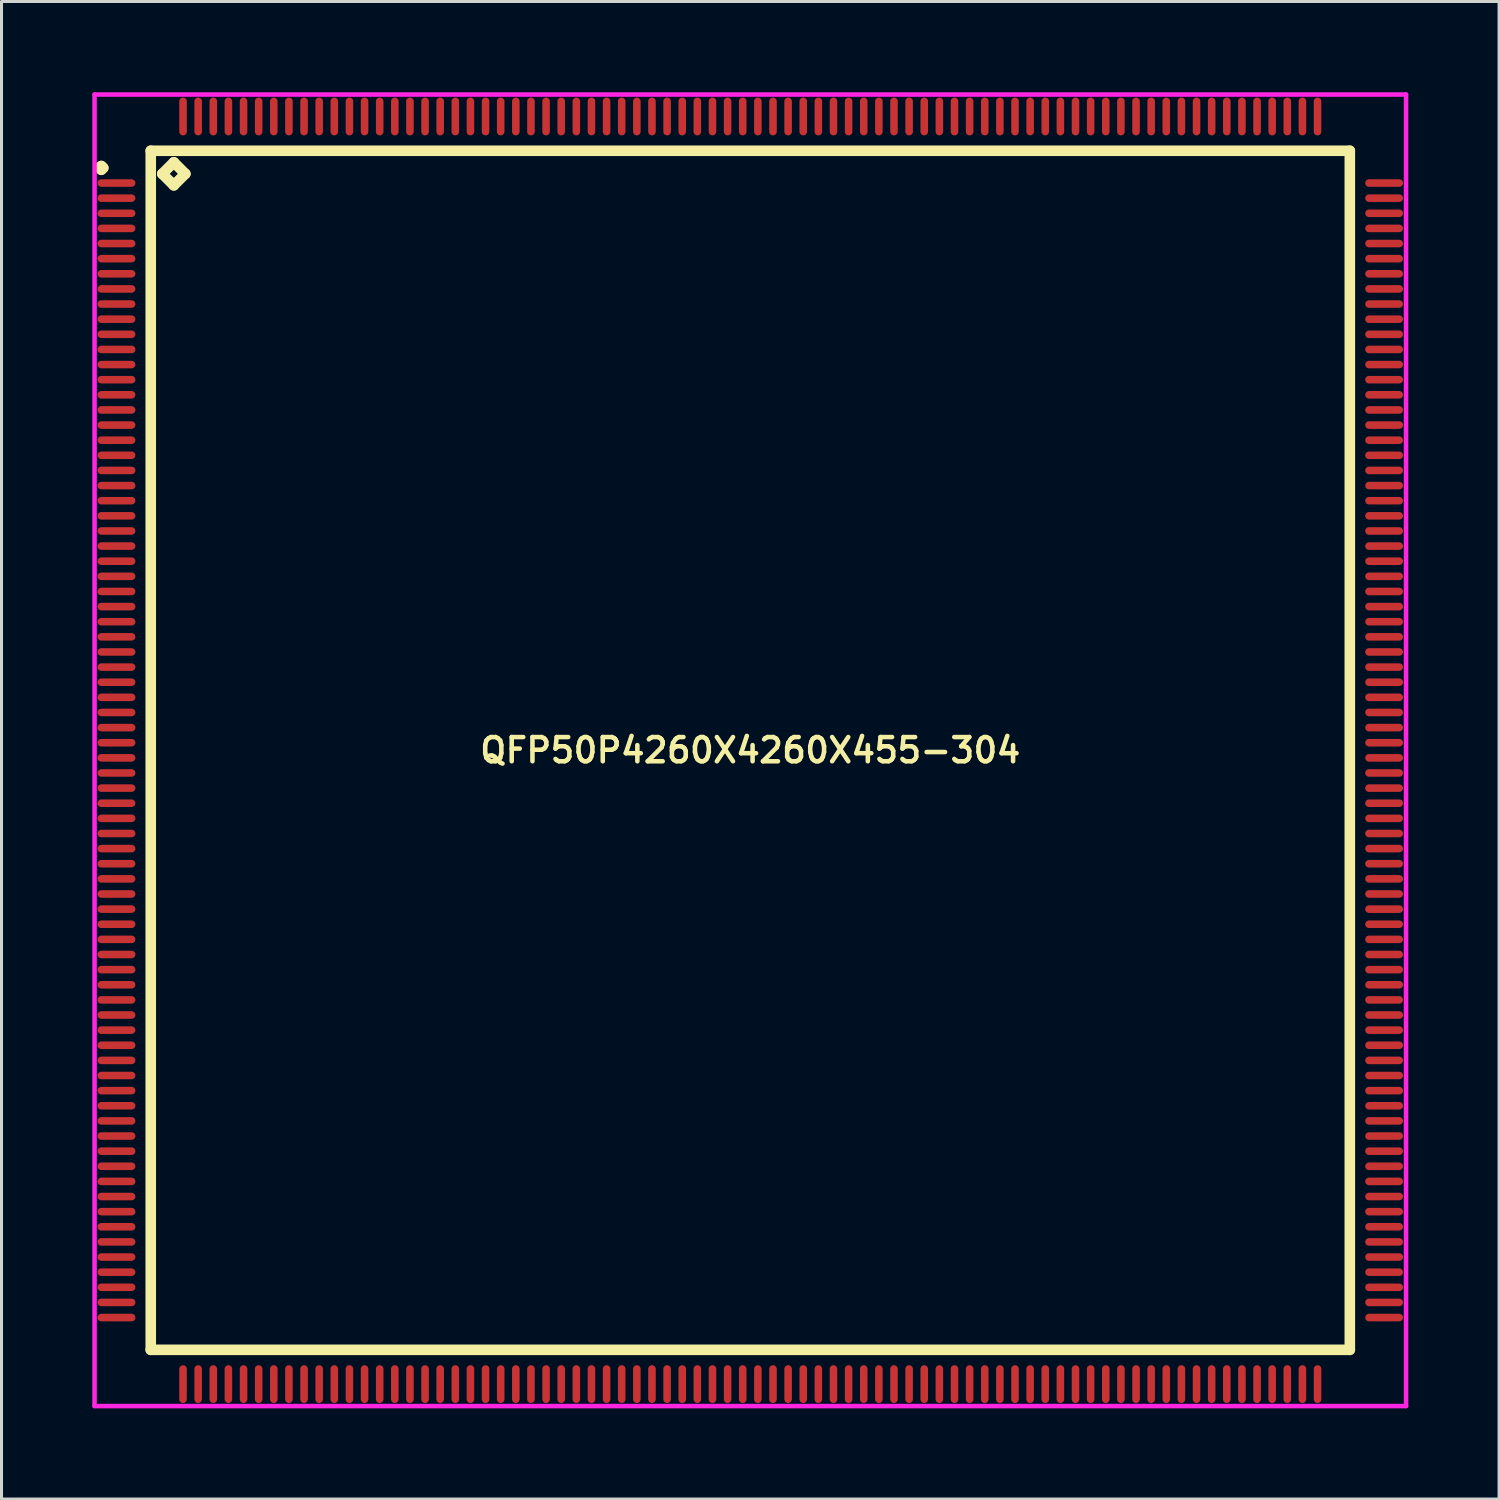
<source format=kicad_pcb>
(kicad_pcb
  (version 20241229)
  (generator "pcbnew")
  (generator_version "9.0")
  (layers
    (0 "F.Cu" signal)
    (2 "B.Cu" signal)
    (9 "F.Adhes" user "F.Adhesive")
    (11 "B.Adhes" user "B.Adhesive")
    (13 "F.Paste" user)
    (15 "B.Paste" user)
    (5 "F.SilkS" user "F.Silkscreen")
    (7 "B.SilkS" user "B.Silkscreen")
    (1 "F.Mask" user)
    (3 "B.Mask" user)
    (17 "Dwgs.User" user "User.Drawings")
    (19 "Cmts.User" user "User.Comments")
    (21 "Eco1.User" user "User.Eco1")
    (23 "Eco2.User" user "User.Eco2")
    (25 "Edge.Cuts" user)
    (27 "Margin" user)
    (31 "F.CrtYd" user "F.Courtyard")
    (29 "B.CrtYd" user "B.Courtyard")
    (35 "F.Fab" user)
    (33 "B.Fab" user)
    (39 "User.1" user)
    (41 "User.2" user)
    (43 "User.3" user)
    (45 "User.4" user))
  (footprint "QFP50P4260X4260X455-304"
    (layer "F.Cu")
    (at 21.75 21.75)
    (property "Reference" "QFP50P4260X4260X455-304" (at 0 0 0) (layer "F.SilkS") (effects (font (size 0.8 0.8) (thickness 0.15))))
    (attr through_hole)
    (fp_line (start -21.512 -19.25) (end -21.45 -19.312) (stroke (width 0.35) (type solid)) (layer "F.SilkS"))
    (fp_line (start -21.45 -19.312) (end -21.387 -19.25) (stroke (width 0.35) (type solid)) (layer "F.SilkS"))
    (fp_line (start -21.45 -19.188) (end -21.512 -19.25) (stroke (width 0.35) (type solid)) (layer "F.SilkS"))
    (fp_line (start -21.387 -19.25) (end -21.45 -19.188) (stroke (width 0.35) (type solid)) (layer "F.SilkS"))
    (fp_line (start -19.817 -19.817) (end -19.817 19.817) (stroke (width 0.35) (type solid)) (layer "F.SilkS"))
    (fp_line (start -19.817 19.817) (end 19.817 19.817) (stroke (width 0.35) (type solid)) (layer "F.SilkS"))
    (fp_line (start -19.436 -19.055) (end -19.055 -19.436) (stroke (width 0.35) (type solid)) (layer "F.SilkS"))
    (fp_line (start -19.055 -19.436) (end -18.674 -19.055) (stroke (width 0.35) (type solid)) (layer "F.SilkS"))
    (fp_line (start -19.055 -18.674) (end -19.436 -19.055) (stroke (width 0.35) (type solid)) (layer "F.SilkS"))
    (fp_line (start -18.674 -19.055) (end -19.055 -18.674) (stroke (width 0.35) (type solid)) (layer "F.SilkS"))
    (fp_line (start 19.817 -19.817) (end -19.817 -19.817) (stroke (width 0.35) (type solid)) (layer "F.SilkS"))
    (fp_line (start 19.817 19.817) (end 19.817 -19.817) (stroke (width 0.35) (type solid)) (layer "F.SilkS"))
    (fp_line (start -21.675 -21.675) (end 21.675 -21.675) (stroke (width 0.15) (type solid)) (layer "F.CrtYd"))
    (fp_line (start -21.675 21.675) (end -21.675 -21.675) (stroke (width 0.15) (type solid)) (layer "F.CrtYd"))
    (fp_line (start 21.675 -21.675) (end 21.675 21.675) (stroke (width 0.15) (type solid)) (layer "F.CrtYd"))
    (fp_line (start 21.675 21.675) (end -21.675 21.675) (stroke (width 0.15) (type solid)) (layer "F.CrtYd"))
    (pad "1" smd oval (at -20.95 -18.75) (size 1.25 0.25) (layers "F.Cu" "F.Mask" "F.Paste"))
    (pad "2" smd oval (at -20.95 -18.25) (size 1.25 0.25) (layers "F.Cu" "F.Mask" "F.Paste"))
    (pad "3" smd oval (at -20.95 -17.75) (size 1.25 0.25) (layers "F.Cu" "F.Mask" "F.Paste"))
    (pad "4" smd oval (at -20.95 -17.25) (size 1.25 0.25) (layers "F.Cu" "F.Mask" "F.Paste"))
    (pad "5" smd oval (at -20.95 -16.75) (size 1.25 0.25) (layers "F.Cu" "F.Mask" "F.Paste"))
    (pad "6" smd oval (at -20.95 -16.25) (size 1.25 0.25) (layers "F.Cu" "F.Mask" "F.Paste"))
    (pad "7" smd oval (at -20.95 -15.75) (size 1.25 0.25) (layers "F.Cu" "F.Mask" "F.Paste"))
    (pad "8" smd oval (at -20.95 -15.25) (size 1.25 0.25) (layers "F.Cu" "F.Mask" "F.Paste"))
    (pad "9" smd oval (at -20.95 -14.75) (size 1.25 0.25) (layers "F.Cu" "F.Mask" "F.Paste"))
    (pad "10" smd oval (at -20.95 -14.25) (size 1.25 0.25) (layers "F.Cu" "F.Mask" "F.Paste"))
    (pad "11" smd oval (at -20.95 -13.75) (size 1.25 0.25) (layers "F.Cu" "F.Mask" "F.Paste"))
    (pad "12" smd oval (at -20.95 -13.25) (size 1.25 0.25) (layers "F.Cu" "F.Mask" "F.Paste"))
    (pad "13" smd oval (at -20.95 -12.75) (size 1.25 0.25) (layers "F.Cu" "F.Mask" "F.Paste"))
    (pad "14" smd oval (at -20.95 -12.25) (size 1.25 0.25) (layers "F.Cu" "F.Mask" "F.Paste"))
    (pad "15" smd oval (at -20.95 -11.75) (size 1.25 0.25) (layers "F.Cu" "F.Mask" "F.Paste"))
    (pad "16" smd oval (at -20.95 -11.25) (size 1.25 0.25) (layers "F.Cu" "F.Mask" "F.Paste"))
    (pad "17" smd oval (at -20.95 -10.75) (size 1.25 0.25) (layers "F.Cu" "F.Mask" "F.Paste"))
    (pad "18" smd oval (at -20.95 -10.25) (size 1.25 0.25) (layers "F.Cu" "F.Mask" "F.Paste"))
    (pad "19" smd oval (at -20.95 -9.75) (size 1.25 0.25) (layers "F.Cu" "F.Mask" "F.Paste"))
    (pad "20" smd oval (at -20.95 -9.25) (size 1.25 0.25) (layers "F.Cu" "F.Mask" "F.Paste"))
    (pad "21" smd oval (at -20.95 -8.75) (size 1.25 0.25) (layers "F.Cu" "F.Mask" "F.Paste"))
    (pad "22" smd oval (at -20.95 -8.25) (size 1.25 0.25) (layers "F.Cu" "F.Mask" "F.Paste"))
    (pad "23" smd oval (at -20.95 -7.75) (size 1.25 0.25) (layers "F.Cu" "F.Mask" "F.Paste"))
    (pad "24" smd oval (at -20.95 -7.25) (size 1.25 0.25) (layers "F.Cu" "F.Mask" "F.Paste"))
    (pad "25" smd oval (at -20.95 -6.75) (size 1.25 0.25) (layers "F.Cu" "F.Mask" "F.Paste"))
    (pad "26" smd oval (at -20.95 -6.25) (size 1.25 0.25) (layers "F.Cu" "F.Mask" "F.Paste"))
    (pad "27" smd oval (at -20.95 -5.75) (size 1.25 0.25) (layers "F.Cu" "F.Mask" "F.Paste"))
    (pad "28" smd oval (at -20.95 -5.25) (size 1.25 0.25) (layers "F.Cu" "F.Mask" "F.Paste"))
    (pad "29" smd oval (at -20.95 -4.75) (size 1.25 0.25) (layers "F.Cu" "F.Mask" "F.Paste"))
    (pad "30" smd oval (at -20.95 -4.25) (size 1.25 0.25) (layers "F.Cu" "F.Mask" "F.Paste"))
    (pad "31" smd oval (at -20.95 -3.75) (size 1.25 0.25) (layers "F.Cu" "F.Mask" "F.Paste"))
    (pad "32" smd oval (at -20.95 -3.25) (size 1.25 0.25) (layers "F.Cu" "F.Mask" "F.Paste"))
    (pad "33" smd oval (at -20.95 -2.75) (size 1.25 0.25) (layers "F.Cu" "F.Mask" "F.Paste"))
    (pad "34" smd oval (at -20.95 -2.25) (size 1.25 0.25) (layers "F.Cu" "F.Mask" "F.Paste"))
    (pad "35" smd oval (at -20.95 -1.75) (size 1.25 0.25) (layers "F.Cu" "F.Mask" "F.Paste"))
    (pad "36" smd oval (at -20.95 -1.25) (size 1.25 0.25) (layers "F.Cu" "F.Mask" "F.Paste"))
    (pad "37" smd oval (at -20.95 -0.75) (size 1.25 0.25) (layers "F.Cu" "F.Mask" "F.Paste"))
    (pad "38" smd oval (at -20.95 -0.25) (size 1.25 0.25) (layers "F.Cu" "F.Mask" "F.Paste"))
    (pad "39" smd oval (at -20.95 0.25) (size 1.25 0.25) (layers "F.Cu" "F.Mask" "F.Paste"))
    (pad "40" smd oval (at -20.95 0.75) (size 1.25 0.25) (layers "F.Cu" "F.Mask" "F.Paste"))
    (pad "41" smd oval (at -20.95 1.25) (size 1.25 0.25) (layers "F.Cu" "F.Mask" "F.Paste"))
    (pad "42" smd oval (at -20.95 1.75) (size 1.25 0.25) (layers "F.Cu" "F.Mask" "F.Paste"))
    (pad "43" smd oval (at -20.95 2.25) (size 1.25 0.25) (layers "F.Cu" "F.Mask" "F.Paste"))
    (pad "44" smd oval (at -20.95 2.75) (size 1.25 0.25) (layers "F.Cu" "F.Mask" "F.Paste"))
    (pad "45" smd oval (at -20.95 3.25) (size 1.25 0.25) (layers "F.Cu" "F.Mask" "F.Paste"))
    (pad "46" smd oval (at -20.95 3.75) (size 1.25 0.25) (layers "F.Cu" "F.Mask" "F.Paste"))
    (pad "47" smd oval (at -20.95 4.25) (size 1.25 0.25) (layers "F.Cu" "F.Mask" "F.Paste"))
    (pad "48" smd oval (at -20.95 4.75) (size 1.25 0.25) (layers "F.Cu" "F.Mask" "F.Paste"))
    (pad "49" smd oval (at -20.95 5.25) (size 1.25 0.25) (layers "F.Cu" "F.Mask" "F.Paste"))
    (pad "50" smd oval (at -20.95 5.75) (size 1.25 0.25) (layers "F.Cu" "F.Mask" "F.Paste"))
    (pad "51" smd oval (at -20.95 6.25) (size 1.25 0.25) (layers "F.Cu" "F.Mask" "F.Paste"))
    (pad "52" smd oval (at -20.95 6.75) (size 1.25 0.25) (layers "F.Cu" "F.Mask" "F.Paste"))
    (pad "53" smd oval (at -20.95 7.25) (size 1.25 0.25) (layers "F.Cu" "F.Mask" "F.Paste"))
    (pad "54" smd oval (at -20.95 7.75) (size 1.25 0.25) (layers "F.Cu" "F.Mask" "F.Paste"))
    (pad "55" smd oval (at -20.95 8.25) (size 1.25 0.25) (layers "F.Cu" "F.Mask" "F.Paste"))
    (pad "56" smd oval (at -20.95 8.75) (size 1.25 0.25) (layers "F.Cu" "F.Mask" "F.Paste"))
    (pad "57" smd oval (at -20.95 9.25) (size 1.25 0.25) (layers "F.Cu" "F.Mask" "F.Paste"))
    (pad "58" smd oval (at -20.95 9.75) (size 1.25 0.25) (layers "F.Cu" "F.Mask" "F.Paste"))
    (pad "59" smd oval (at -20.95 10.25) (size 1.25 0.25) (layers "F.Cu" "F.Mask" "F.Paste"))
    (pad "60" smd oval (at -20.95 10.75) (size 1.25 0.25) (layers "F.Cu" "F.Mask" "F.Paste"))
    (pad "61" smd oval (at -20.95 11.25) (size 1.25 0.25) (layers "F.Cu" "F.Mask" "F.Paste"))
    (pad "62" smd oval (at -20.95 11.75) (size 1.25 0.25) (layers "F.Cu" "F.Mask" "F.Paste"))
    (pad "63" smd oval (at -20.95 12.25) (size 1.25 0.25) (layers "F.Cu" "F.Mask" "F.Paste"))
    (pad "64" smd oval (at -20.95 12.75) (size 1.25 0.25) (layers "F.Cu" "F.Mask" "F.Paste"))
    (pad "65" smd oval (at -20.95 13.25) (size 1.25 0.25) (layers "F.Cu" "F.Mask" "F.Paste"))
    (pad "66" smd oval (at -20.95 13.75) (size 1.25 0.25) (layers "F.Cu" "F.Mask" "F.Paste"))
    (pad "67" smd oval (at -20.95 14.25) (size 1.25 0.25) (layers "F.Cu" "F.Mask" "F.Paste"))
    (pad "68" smd oval (at -20.95 14.75) (size 1.25 0.25) (layers "F.Cu" "F.Mask" "F.Paste"))
    (pad "69" smd oval (at -20.95 15.25) (size 1.25 0.25) (layers "F.Cu" "F.Mask" "F.Paste"))
    (pad "70" smd oval (at -20.95 15.75) (size 1.25 0.25) (layers "F.Cu" "F.Mask" "F.Paste"))
    (pad "71" smd oval (at -20.95 16.25) (size 1.25 0.25) (layers "F.Cu" "F.Mask" "F.Paste"))
    (pad "72" smd oval (at -20.95 16.75) (size 1.25 0.25) (layers "F.Cu" "F.Mask" "F.Paste"))
    (pad "73" smd oval (at -20.95 17.25) (size 1.25 0.25) (layers "F.Cu" "F.Mask" "F.Paste"))
    (pad "74" smd oval (at -20.95 17.75) (size 1.25 0.25) (layers "F.Cu" "F.Mask" "F.Paste"))
    (pad "75" smd oval (at -20.95 18.25) (size 1.25 0.25) (layers "F.Cu" "F.Mask" "F.Paste"))
    (pad "76" smd oval (at -20.95 18.75) (size 1.25 0.25) (layers "F.Cu" "F.Mask" "F.Paste"))
    (pad "77" smd oval (at -18.75 20.95) (size 0.25 1.25) (layers "F.Cu" "F.Mask" "F.Paste"))
    (pad "78" smd oval (at -18.25 20.95) (size 0.25 1.25) (layers "F.Cu" "F.Mask" "F.Paste"))
    (pad "79" smd oval (at -17.75 20.95) (size 0.25 1.25) (layers "F.Cu" "F.Mask" "F.Paste"))
    (pad "80" smd oval (at -17.25 20.95) (size 0.25 1.25) (layers "F.Cu" "F.Mask" "F.Paste"))
    (pad "81" smd oval (at -16.75 20.95) (size 0.25 1.25) (layers "F.Cu" "F.Mask" "F.Paste"))
    (pad "82" smd oval (at -16.25 20.95) (size 0.25 1.25) (layers "F.Cu" "F.Mask" "F.Paste"))
    (pad "83" smd oval (at -15.75 20.95) (size 0.25 1.25) (layers "F.Cu" "F.Mask" "F.Paste"))
    (pad "84" smd oval (at -15.25 20.95) (size 0.25 1.25) (layers "F.Cu" "F.Mask" "F.Paste"))
    (pad "85" smd oval (at -14.75 20.95) (size 0.25 1.25) (layers "F.Cu" "F.Mask" "F.Paste"))
    (pad "86" smd oval (at -14.25 20.95) (size 0.25 1.25) (layers "F.Cu" "F.Mask" "F.Paste"))
    (pad "87" smd oval (at -13.75 20.95) (size 0.25 1.25) (layers "F.Cu" "F.Mask" "F.Paste"))
    (pad "88" smd oval (at -13.25 20.95) (size 0.25 1.25) (layers "F.Cu" "F.Mask" "F.Paste"))
    (pad "89" smd oval (at -12.75 20.95) (size 0.25 1.25) (layers "F.Cu" "F.Mask" "F.Paste"))
    (pad "90" smd oval (at -12.25 20.95) (size 0.25 1.25) (layers "F.Cu" "F.Mask" "F.Paste"))
    (pad "91" smd oval (at -11.75 20.95) (size 0.25 1.25) (layers "F.Cu" "F.Mask" "F.Paste"))
    (pad "92" smd oval (at -11.25 20.95) (size 0.25 1.25) (layers "F.Cu" "F.Mask" "F.Paste"))
    (pad "93" smd oval (at -10.75 20.95) (size 0.25 1.25) (layers "F.Cu" "F.Mask" "F.Paste"))
    (pad "94" smd oval (at -10.25 20.95) (size 0.25 1.25) (layers "F.Cu" "F.Mask" "F.Paste"))
    (pad "95" smd oval (at -9.75 20.95) (size 0.25 1.25) (layers "F.Cu" "F.Mask" "F.Paste"))
    (pad "96" smd oval (at -9.25 20.95) (size 0.25 1.25) (layers "F.Cu" "F.Mask" "F.Paste"))
    (pad "97" smd oval (at -8.75 20.95) (size 0.25 1.25) (layers "F.Cu" "F.Mask" "F.Paste"))
    (pad "98" smd oval (at -8.25 20.95) (size 0.25 1.25) (layers "F.Cu" "F.Mask" "F.Paste"))
    (pad "99" smd oval (at -7.75 20.95) (size 0.25 1.25) (layers "F.Cu" "F.Mask" "F.Paste"))
    (pad "100" smd oval (at -7.25 20.95) (size 0.25 1.25) (layers "F.Cu" "F.Mask" "F.Paste"))
    (pad "101" smd oval (at -6.75 20.95) (size 0.25 1.25) (layers "F.Cu" "F.Mask" "F.Paste"))
    (pad "102" smd oval (at -6.25 20.95) (size 0.25 1.25) (layers "F.Cu" "F.Mask" "F.Paste"))
    (pad "103" smd oval (at -5.75 20.95) (size 0.25 1.25) (layers "F.Cu" "F.Mask" "F.Paste"))
    (pad "104" smd oval (at -5.25 20.95) (size 0.25 1.25) (layers "F.Cu" "F.Mask" "F.Paste"))
    (pad "105" smd oval (at -4.75 20.95) (size 0.25 1.25) (layers "F.Cu" "F.Mask" "F.Paste"))
    (pad "106" smd oval (at -4.25 20.95) (size 0.25 1.25) (layers "F.Cu" "F.Mask" "F.Paste"))
    (pad "107" smd oval (at -3.75 20.95) (size 0.25 1.25) (layers "F.Cu" "F.Mask" "F.Paste"))
    (pad "108" smd oval (at -3.25 20.95) (size 0.25 1.25) (layers "F.Cu" "F.Mask" "F.Paste"))
    (pad "109" smd oval (at -2.75 20.95) (size 0.25 1.25) (layers "F.Cu" "F.Mask" "F.Paste"))
    (pad "110" smd oval (at -2.25 20.95) (size 0.25 1.25) (layers "F.Cu" "F.Mask" "F.Paste"))
    (pad "111" smd oval (at -1.75 20.95) (size 0.25 1.25) (layers "F.Cu" "F.Mask" "F.Paste"))
    (pad "112" smd oval (at -1.25 20.95) (size 0.25 1.25) (layers "F.Cu" "F.Mask" "F.Paste"))
    (pad "113" smd oval (at -0.75 20.95) (size 0.25 1.25) (layers "F.Cu" "F.Mask" "F.Paste"))
    (pad "114" smd oval (at -0.25 20.95) (size 0.25 1.25) (layers "F.Cu" "F.Mask" "F.Paste"))
    (pad "115" smd oval (at 0.25 20.95) (size 0.25 1.25) (layers "F.Cu" "F.Mask" "F.Paste"))
    (pad "116" smd oval (at 0.75 20.95) (size 0.25 1.25) (layers "F.Cu" "F.Mask" "F.Paste"))
    (pad "117" smd oval (at 1.25 20.95) (size 0.25 1.25) (layers "F.Cu" "F.Mask" "F.Paste"))
    (pad "118" smd oval (at 1.75 20.95) (size 0.25 1.25) (layers "F.Cu" "F.Mask" "F.Paste"))
    (pad "119" smd oval (at 2.25 20.95) (size 0.25 1.25) (layers "F.Cu" "F.Mask" "F.Paste"))
    (pad "120" smd oval (at 2.75 20.95) (size 0.25 1.25) (layers "F.Cu" "F.Mask" "F.Paste"))
    (pad "121" smd oval (at 3.25 20.95) (size 0.25 1.25) (layers "F.Cu" "F.Mask" "F.Paste"))
    (pad "122" smd oval (at 3.75 20.95) (size 0.25 1.25) (layers "F.Cu" "F.Mask" "F.Paste"))
    (pad "123" smd oval (at 4.25 20.95) (size 0.25 1.25) (layers "F.Cu" "F.Mask" "F.Paste"))
    (pad "124" smd oval (at 4.75 20.95) (size 0.25 1.25) (layers "F.Cu" "F.Mask" "F.Paste"))
    (pad "125" smd oval (at 5.25 20.95) (size 0.25 1.25) (layers "F.Cu" "F.Mask" "F.Paste"))
    (pad "126" smd oval (at 5.75 20.95) (size 0.25 1.25) (layers "F.Cu" "F.Mask" "F.Paste"))
    (pad "127" smd oval (at 6.25 20.95) (size 0.25 1.25) (layers "F.Cu" "F.Mask" "F.Paste"))
    (pad "128" smd oval (at 6.75 20.95) (size 0.25 1.25) (layers "F.Cu" "F.Mask" "F.Paste"))
    (pad "129" smd oval (at 7.25 20.95) (size 0.25 1.25) (layers "F.Cu" "F.Mask" "F.Paste"))
    (pad "130" smd oval (at 7.75 20.95) (size 0.25 1.25) (layers "F.Cu" "F.Mask" "F.Paste"))
    (pad "131" smd oval (at 8.25 20.95) (size 0.25 1.25) (layers "F.Cu" "F.Mask" "F.Paste"))
    (pad "132" smd oval (at 8.75 20.95) (size 0.25 1.25) (layers "F.Cu" "F.Mask" "F.Paste"))
    (pad "133" smd oval (at 9.25 20.95) (size 0.25 1.25) (layers "F.Cu" "F.Mask" "F.Paste"))
    (pad "134" smd oval (at 9.75 20.95) (size 0.25 1.25) (layers "F.Cu" "F.Mask" "F.Paste"))
    (pad "135" smd oval (at 10.25 20.95) (size 0.25 1.25) (layers "F.Cu" "F.Mask" "F.Paste"))
    (pad "136" smd oval (at 10.75 20.95) (size 0.25 1.25) (layers "F.Cu" "F.Mask" "F.Paste"))
    (pad "137" smd oval (at 11.25 20.95) (size 0.25 1.25) (layers "F.Cu" "F.Mask" "F.Paste"))
    (pad "138" smd oval (at 11.75 20.95) (size 0.25 1.25) (layers "F.Cu" "F.Mask" "F.Paste"))
    (pad "139" smd oval (at 12.25 20.95) (size 0.25 1.25) (layers "F.Cu" "F.Mask" "F.Paste"))
    (pad "140" smd oval (at 12.75 20.95) (size 0.25 1.25) (layers "F.Cu" "F.Mask" "F.Paste"))
    (pad "141" smd oval (at 13.25 20.95) (size 0.25 1.25) (layers "F.Cu" "F.Mask" "F.Paste"))
    (pad "142" smd oval (at 13.75 20.95) (size 0.25 1.25) (layers "F.Cu" "F.Mask" "F.Paste"))
    (pad "143" smd oval (at 14.25 20.95) (size 0.25 1.25) (layers "F.Cu" "F.Mask" "F.Paste"))
    (pad "144" smd oval (at 14.75 20.95) (size 0.25 1.25) (layers "F.Cu" "F.Mask" "F.Paste"))
    (pad "145" smd oval (at 15.25 20.95) (size 0.25 1.25) (layers "F.Cu" "F.Mask" "F.Paste"))
    (pad "146" smd oval (at 15.75 20.95) (size 0.25 1.25) (layers "F.Cu" "F.Mask" "F.Paste"))
    (pad "147" smd oval (at 16.25 20.95) (size 0.25 1.25) (layers "F.Cu" "F.Mask" "F.Paste"))
    (pad "148" smd oval (at 16.75 20.95) (size 0.25 1.25) (layers "F.Cu" "F.Mask" "F.Paste"))
    (pad "149" smd oval (at 17.25 20.95) (size 0.25 1.25) (layers "F.Cu" "F.Mask" "F.Paste"))
    (pad "150" smd oval (at 17.75 20.95) (size 0.25 1.25) (layers "F.Cu" "F.Mask" "F.Paste"))
    (pad "151" smd oval (at 18.25 20.95) (size 0.25 1.25) (layers "F.Cu" "F.Mask" "F.Paste"))
    (pad "152" smd oval (at 18.75 20.95) (size 0.25 1.25) (layers "F.Cu" "F.Mask" "F.Paste"))
    (pad "153" smd oval (at 20.95 18.75) (size 1.25 0.25) (layers "F.Cu" "F.Mask" "F.Paste"))
    (pad "154" smd oval (at 20.95 18.25) (size 1.25 0.25) (layers "F.Cu" "F.Mask" "F.Paste"))
    (pad "155" smd oval (at 20.95 17.75) (size 1.25 0.25) (layers "F.Cu" "F.Mask" "F.Paste"))
    (pad "156" smd oval (at 20.95 17.25) (size 1.25 0.25) (layers "F.Cu" "F.Mask" "F.Paste"))
    (pad "157" smd oval (at 20.95 16.75) (size 1.25 0.25) (layers "F.Cu" "F.Mask" "F.Paste"))
    (pad "158" smd oval (at 20.95 16.25) (size 1.25 0.25) (layers "F.Cu" "F.Mask" "F.Paste"))
    (pad "159" smd oval (at 20.95 15.75) (size 1.25 0.25) (layers "F.Cu" "F.Mask" "F.Paste"))
    (pad "160" smd oval (at 20.95 15.25) (size 1.25 0.25) (layers "F.Cu" "F.Mask" "F.Paste"))
    (pad "161" smd oval (at 20.95 14.75) (size 1.25 0.25) (layers "F.Cu" "F.Mask" "F.Paste"))
    (pad "162" smd oval (at 20.95 14.25) (size 1.25 0.25) (layers "F.Cu" "F.Mask" "F.Paste"))
    (pad "163" smd oval (at 20.95 13.75) (size 1.25 0.25) (layers "F.Cu" "F.Mask" "F.Paste"))
    (pad "164" smd oval (at 20.95 13.25) (size 1.25 0.25) (layers "F.Cu" "F.Mask" "F.Paste"))
    (pad "165" smd oval (at 20.95 12.75) (size 1.25 0.25) (layers "F.Cu" "F.Mask" "F.Paste"))
    (pad "166" smd oval (at 20.95 12.25) (size 1.25 0.25) (layers "F.Cu" "F.Mask" "F.Paste"))
    (pad "167" smd oval (at 20.95 11.75) (size 1.25 0.25) (layers "F.Cu" "F.Mask" "F.Paste"))
    (pad "168" smd oval (at 20.95 11.25) (size 1.25 0.25) (layers "F.Cu" "F.Mask" "F.Paste"))
    (pad "169" smd oval (at 20.95 10.75) (size 1.25 0.25) (layers "F.Cu" "F.Mask" "F.Paste"))
    (pad "170" smd oval (at 20.95 10.25) (size 1.25 0.25) (layers "F.Cu" "F.Mask" "F.Paste"))
    (pad "171" smd oval (at 20.95 9.75) (size 1.25 0.25) (layers "F.Cu" "F.Mask" "F.Paste"))
    (pad "172" smd oval (at 20.95 9.25) (size 1.25 0.25) (layers "F.Cu" "F.Mask" "F.Paste"))
    (pad "173" smd oval (at 20.95 8.75) (size 1.25 0.25) (layers "F.Cu" "F.Mask" "F.Paste"))
    (pad "174" smd oval (at 20.95 8.25) (size 1.25 0.25) (layers "F.Cu" "F.Mask" "F.Paste"))
    (pad "175" smd oval (at 20.95 7.75) (size 1.25 0.25) (layers "F.Cu" "F.Mask" "F.Paste"))
    (pad "176" smd oval (at 20.95 7.25) (size 1.25 0.25) (layers "F.Cu" "F.Mask" "F.Paste"))
    (pad "177" smd oval (at 20.95 6.75) (size 1.25 0.25) (layers "F.Cu" "F.Mask" "F.Paste"))
    (pad "178" smd oval (at 20.95 6.25) (size 1.25 0.25) (layers "F.Cu" "F.Mask" "F.Paste"))
    (pad "179" smd oval (at 20.95 5.75) (size 1.25 0.25) (layers "F.Cu" "F.Mask" "F.Paste"))
    (pad "180" smd oval (at 20.95 5.25) (size 1.25 0.25) (layers "F.Cu" "F.Mask" "F.Paste"))
    (pad "181" smd oval (at 20.95 4.75) (size 1.25 0.25) (layers "F.Cu" "F.Mask" "F.Paste"))
    (pad "182" smd oval (at 20.95 4.25) (size 1.25 0.25) (layers "F.Cu" "F.Mask" "F.Paste"))
    (pad "183" smd oval (at 20.95 3.75) (size 1.25 0.25) (layers "F.Cu" "F.Mask" "F.Paste"))
    (pad "184" smd oval (at 20.95 3.25) (size 1.25 0.25) (layers "F.Cu" "F.Mask" "F.Paste"))
    (pad "185" smd oval (at 20.95 2.75) (size 1.25 0.25) (layers "F.Cu" "F.Mask" "F.Paste"))
    (pad "186" smd oval (at 20.95 2.25) (size 1.25 0.25) (layers "F.Cu" "F.Mask" "F.Paste"))
    (pad "187" smd oval (at 20.95 1.75) (size 1.25 0.25) (layers "F.Cu" "F.Mask" "F.Paste"))
    (pad "188" smd oval (at 20.95 1.25) (size 1.25 0.25) (layers "F.Cu" "F.Mask" "F.Paste"))
    (pad "189" smd oval (at 20.95 0.75) (size 1.25 0.25) (layers "F.Cu" "F.Mask" "F.Paste"))
    (pad "190" smd oval (at 20.95 0.25) (size 1.25 0.25) (layers "F.Cu" "F.Mask" "F.Paste"))
    (pad "191" smd oval (at 20.95 -0.25) (size 1.25 0.25) (layers "F.Cu" "F.Mask" "F.Paste"))
    (pad "192" smd oval (at 20.95 -0.75) (size 1.25 0.25) (layers "F.Cu" "F.Mask" "F.Paste"))
    (pad "193" smd oval (at 20.95 -1.25) (size 1.25 0.25) (layers "F.Cu" "F.Mask" "F.Paste"))
    (pad "194" smd oval (at 20.95 -1.75) (size 1.25 0.25) (layers "F.Cu" "F.Mask" "F.Paste"))
    (pad "195" smd oval (at 20.95 -2.25) (size 1.25 0.25) (layers "F.Cu" "F.Mask" "F.Paste"))
    (pad "196" smd oval (at 20.95 -2.75) (size 1.25 0.25) (layers "F.Cu" "F.Mask" "F.Paste"))
    (pad "197" smd oval (at 20.95 -3.25) (size 1.25 0.25) (layers "F.Cu" "F.Mask" "F.Paste"))
    (pad "198" smd oval (at 20.95 -3.75) (size 1.25 0.25) (layers "F.Cu" "F.Mask" "F.Paste"))
    (pad "199" smd oval (at 20.95 -4.25) (size 1.25 0.25) (layers "F.Cu" "F.Mask" "F.Paste"))
    (pad "200" smd oval (at 20.95 -4.75) (size 1.25 0.25) (layers "F.Cu" "F.Mask" "F.Paste"))
    (pad "201" smd oval (at 20.95 -5.25) (size 1.25 0.25) (layers "F.Cu" "F.Mask" "F.Paste"))
    (pad "202" smd oval (at 20.95 -5.75) (size 1.25 0.25) (layers "F.Cu" "F.Mask" "F.Paste"))
    (pad "203" smd oval (at 20.95 -6.25) (size 1.25 0.25) (layers "F.Cu" "F.Mask" "F.Paste"))
    (pad "204" smd oval (at 20.95 -6.75) (size 1.25 0.25) (layers "F.Cu" "F.Mask" "F.Paste"))
    (pad "205" smd oval (at 20.95 -7.25) (size 1.25 0.25) (layers "F.Cu" "F.Mask" "F.Paste"))
    (pad "206" smd oval (at 20.95 -7.75) (size 1.25 0.25) (layers "F.Cu" "F.Mask" "F.Paste"))
    (pad "207" smd oval (at 20.95 -8.25) (size 1.25 0.25) (layers "F.Cu" "F.Mask" "F.Paste"))
    (pad "208" smd oval (at 20.95 -8.75) (size 1.25 0.25) (layers "F.Cu" "F.Mask" "F.Paste"))
    (pad "209" smd oval (at 20.95 -9.25) (size 1.25 0.25) (layers "F.Cu" "F.Mask" "F.Paste"))
    (pad "210" smd oval (at 20.95 -9.75) (size 1.25 0.25) (layers "F.Cu" "F.Mask" "F.Paste"))
    (pad "211" smd oval (at 20.95 -10.25) (size 1.25 0.25) (layers "F.Cu" "F.Mask" "F.Paste"))
    (pad "212" smd oval (at 20.95 -10.75) (size 1.25 0.25) (layers "F.Cu" "F.Mask" "F.Paste"))
    (pad "213" smd oval (at 20.95 -11.25) (size 1.25 0.25) (layers "F.Cu" "F.Mask" "F.Paste"))
    (pad "214" smd oval (at 20.95 -11.75) (size 1.25 0.25) (layers "F.Cu" "F.Mask" "F.Paste"))
    (pad "215" smd oval (at 20.95 -12.25) (size 1.25 0.25) (layers "F.Cu" "F.Mask" "F.Paste"))
    (pad "216" smd oval (at 20.95 -12.75) (size 1.25 0.25) (layers "F.Cu" "F.Mask" "F.Paste"))
    (pad "217" smd oval (at 20.95 -13.25) (size 1.25 0.25) (layers "F.Cu" "F.Mask" "F.Paste"))
    (pad "218" smd oval (at 20.95 -13.75) (size 1.25 0.25) (layers "F.Cu" "F.Mask" "F.Paste"))
    (pad "219" smd oval (at 20.95 -14.25) (size 1.25 0.25) (layers "F.Cu" "F.Mask" "F.Paste"))
    (pad "220" smd oval (at 20.95 -14.75) (size 1.25 0.25) (layers "F.Cu" "F.Mask" "F.Paste"))
    (pad "221" smd oval (at 20.95 -15.25) (size 1.25 0.25) (layers "F.Cu" "F.Mask" "F.Paste"))
    (pad "222" smd oval (at 20.95 -15.75) (size 1.25 0.25) (layers "F.Cu" "F.Mask" "F.Paste"))
    (pad "223" smd oval (at 20.95 -16.25) (size 1.25 0.25) (layers "F.Cu" "F.Mask" "F.Paste"))
    (pad "224" smd oval (at 20.95 -16.75) (size 1.25 0.25) (layers "F.Cu" "F.Mask" "F.Paste"))
    (pad "225" smd oval (at 20.95 -17.25) (size 1.25 0.25) (layers "F.Cu" "F.Mask" "F.Paste"))
    (pad "226" smd oval (at 20.95 -17.75) (size 1.25 0.25) (layers "F.Cu" "F.Mask" "F.Paste"))
    (pad "227" smd oval (at 20.95 -18.25) (size 1.25 0.25) (layers "F.Cu" "F.Mask" "F.Paste"))
    (pad "228" smd oval (at 20.95 -18.75) (size 1.25 0.25) (layers "F.Cu" "F.Mask" "F.Paste"))
    (pad "229" smd oval (at 18.75 -20.95) (size 0.25 1.25) (layers "F.Cu" "F.Mask" "F.Paste"))
    (pad "230" smd oval (at 18.25 -20.95) (size 0.25 1.25) (layers "F.Cu" "F.Mask" "F.Paste"))
    (pad "231" smd oval (at 17.75 -20.95) (size 0.25 1.25) (layers "F.Cu" "F.Mask" "F.Paste"))
    (pad "232" smd oval (at 17.25 -20.95) (size 0.25 1.25) (layers "F.Cu" "F.Mask" "F.Paste"))
    (pad "233" smd oval (at 16.75 -20.95) (size 0.25 1.25) (layers "F.Cu" "F.Mask" "F.Paste"))
    (pad "234" smd oval (at 16.25 -20.95) (size 0.25 1.25) (layers "F.Cu" "F.Mask" "F.Paste"))
    (pad "235" smd oval (at 15.75 -20.95) (size 0.25 1.25) (layers "F.Cu" "F.Mask" "F.Paste"))
    (pad "236" smd oval (at 15.25 -20.95) (size 0.25 1.25) (layers "F.Cu" "F.Mask" "F.Paste"))
    (pad "237" smd oval (at 14.75 -20.95) (size 0.25 1.25) (layers "F.Cu" "F.Mask" "F.Paste"))
    (pad "238" smd oval (at 14.25 -20.95) (size 0.25 1.25) (layers "F.Cu" "F.Mask" "F.Paste"))
    (pad "239" smd oval (at 13.75 -20.95) (size 0.25 1.25) (layers "F.Cu" "F.Mask" "F.Paste"))
    (pad "240" smd oval (at 13.25 -20.95) (size 0.25 1.25) (layers "F.Cu" "F.Mask" "F.Paste"))
    (pad "241" smd oval (at 12.75 -20.95) (size 0.25 1.25) (layers "F.Cu" "F.Mask" "F.Paste"))
    (pad "242" smd oval (at 12.25 -20.95) (size 0.25 1.25) (layers "F.Cu" "F.Mask" "F.Paste"))
    (pad "243" smd oval (at 11.75 -20.95) (size 0.25 1.25) (layers "F.Cu" "F.Mask" "F.Paste"))
    (pad "244" smd oval (at 11.25 -20.95) (size 0.25 1.25) (layers "F.Cu" "F.Mask" "F.Paste"))
    (pad "245" smd oval (at 10.75 -20.95) (size 0.25 1.25) (layers "F.Cu" "F.Mask" "F.Paste"))
    (pad "246" smd oval (at 10.25 -20.95) (size 0.25 1.25) (layers "F.Cu" "F.Mask" "F.Paste"))
    (pad "247" smd oval (at 9.75 -20.95) (size 0.25 1.25) (layers "F.Cu" "F.Mask" "F.Paste"))
    (pad "248" smd oval (at 9.25 -20.95) (size 0.25 1.25) (layers "F.Cu" "F.Mask" "F.Paste"))
    (pad "249" smd oval (at 8.75 -20.95) (size 0.25 1.25) (layers "F.Cu" "F.Mask" "F.Paste"))
    (pad "250" smd oval (at 8.25 -20.95) (size 0.25 1.25) (layers "F.Cu" "F.Mask" "F.Paste"))
    (pad "251" smd oval (at 7.75 -20.95) (size 0.25 1.25) (layers "F.Cu" "F.Mask" "F.Paste"))
    (pad "252" smd oval (at 7.25 -20.95) (size 0.25 1.25) (layers "F.Cu" "F.Mask" "F.Paste"))
    (pad "253" smd oval (at 6.75 -20.95) (size 0.25 1.25) (layers "F.Cu" "F.Mask" "F.Paste"))
    (pad "254" smd oval (at 6.25 -20.95) (size 0.25 1.25) (layers "F.Cu" "F.Mask" "F.Paste"))
    (pad "255" smd oval (at 5.75 -20.95) (size 0.25 1.25) (layers "F.Cu" "F.Mask" "F.Paste"))
    (pad "256" smd oval (at 5.25 -20.95) (size 0.25 1.25) (layers "F.Cu" "F.Mask" "F.Paste"))
    (pad "257" smd oval (at 4.75 -20.95) (size 0.25 1.25) (layers "F.Cu" "F.Mask" "F.Paste"))
    (pad "258" smd oval (at 4.25 -20.95) (size 0.25 1.25) (layers "F.Cu" "F.Mask" "F.Paste"))
    (pad "259" smd oval (at 3.75 -20.95) (size 0.25 1.25) (layers "F.Cu" "F.Mask" "F.Paste"))
    (pad "260" smd oval (at 3.25 -20.95) (size 0.25 1.25) (layers "F.Cu" "F.Mask" "F.Paste"))
    (pad "261" smd oval (at 2.75 -20.95) (size 0.25 1.25) (layers "F.Cu" "F.Mask" "F.Paste"))
    (pad "262" smd oval (at 2.25 -20.95) (size 0.25 1.25) (layers "F.Cu" "F.Mask" "F.Paste"))
    (pad "263" smd oval (at 1.75 -20.95) (size 0.25 1.25) (layers "F.Cu" "F.Mask" "F.Paste"))
    (pad "264" smd oval (at 1.25 -20.95) (size 0.25 1.25) (layers "F.Cu" "F.Mask" "F.Paste"))
    (pad "265" smd oval (at 0.75 -20.95) (size 0.25 1.25) (layers "F.Cu" "F.Mask" "F.Paste"))
    (pad "266" smd oval (at 0.25 -20.95) (size 0.25 1.25) (layers "F.Cu" "F.Mask" "F.Paste"))
    (pad "267" smd oval (at -0.25 -20.95) (size 0.25 1.25) (layers "F.Cu" "F.Mask" "F.Paste"))
    (pad "268" smd oval (at -0.75 -20.95) (size 0.25 1.25) (layers "F.Cu" "F.Mask" "F.Paste"))
    (pad "269" smd oval (at -1.25 -20.95) (size 0.25 1.25) (layers "F.Cu" "F.Mask" "F.Paste"))
    (pad "270" smd oval (at -1.75 -20.95) (size 0.25 1.25) (layers "F.Cu" "F.Mask" "F.Paste"))
    (pad "271" smd oval (at -2.25 -20.95) (size 0.25 1.25) (layers "F.Cu" "F.Mask" "F.Paste"))
    (pad "272" smd oval (at -2.75 -20.95) (size 0.25 1.25) (layers "F.Cu" "F.Mask" "F.Paste"))
    (pad "273" smd oval (at -3.25 -20.95) (size 0.25 1.25) (layers "F.Cu" "F.Mask" "F.Paste"))
    (pad "274" smd oval (at -3.75 -20.95) (size 0.25 1.25) (layers "F.Cu" "F.Mask" "F.Paste"))
    (pad "275" smd oval (at -4.25 -20.95) (size 0.25 1.25) (layers "F.Cu" "F.Mask" "F.Paste"))
    (pad "276" smd oval (at -4.75 -20.95) (size 0.25 1.25) (layers "F.Cu" "F.Mask" "F.Paste"))
    (pad "277" smd oval (at -5.25 -20.95) (size 0.25 1.25) (layers "F.Cu" "F.Mask" "F.Paste"))
    (pad "278" smd oval (at -5.75 -20.95) (size 0.25 1.25) (layers "F.Cu" "F.Mask" "F.Paste"))
    (pad "279" smd oval (at -6.25 -20.95) (size 0.25 1.25) (layers "F.Cu" "F.Mask" "F.Paste"))
    (pad "280" smd oval (at -6.75 -20.95) (size 0.25 1.25) (layers "F.Cu" "F.Mask" "F.Paste"))
    (pad "281" smd oval (at -7.25 -20.95) (size 0.25 1.25) (layers "F.Cu" "F.Mask" "F.Paste"))
    (pad "282" smd oval (at -7.75 -20.95) (size 0.25 1.25) (layers "F.Cu" "F.Mask" "F.Paste"))
    (pad "283" smd oval (at -8.25 -20.95) (size 0.25 1.25) (layers "F.Cu" "F.Mask" "F.Paste"))
    (pad "284" smd oval (at -8.75 -20.95) (size 0.25 1.25) (layers "F.Cu" "F.Mask" "F.Paste"))
    (pad "285" smd oval (at -9.25 -20.95) (size 0.25 1.25) (layers "F.Cu" "F.Mask" "F.Paste"))
    (pad "286" smd oval (at -9.75 -20.95) (size 0.25 1.25) (layers "F.Cu" "F.Mask" "F.Paste"))
    (pad "287" smd oval (at -10.25 -20.95) (size 0.25 1.25) (layers "F.Cu" "F.Mask" "F.Paste"))
    (pad "288" smd oval (at -10.75 -20.95) (size 0.25 1.25) (layers "F.Cu" "F.Mask" "F.Paste"))
    (pad "289" smd oval (at -11.25 -20.95) (size 0.25 1.25) (layers "F.Cu" "F.Mask" "F.Paste"))
    (pad "290" smd oval (at -11.75 -20.95) (size 0.25 1.25) (layers "F.Cu" "F.Mask" "F.Paste"))
    (pad "291" smd oval (at -12.25 -20.95) (size 0.25 1.25) (layers "F.Cu" "F.Mask" "F.Paste"))
    (pad "292" smd oval (at -12.75 -20.95) (size 0.25 1.25) (layers "F.Cu" "F.Mask" "F.Paste"))
    (pad "293" smd oval (at -13.25 -20.95) (size 0.25 1.25) (layers "F.Cu" "F.Mask" "F.Paste"))
    (pad "294" smd oval (at -13.75 -20.95) (size 0.25 1.25) (layers "F.Cu" "F.Mask" "F.Paste"))
    (pad "295" smd oval (at -14.25 -20.95) (size 0.25 1.25) (layers "F.Cu" "F.Mask" "F.Paste"))
    (pad "296" smd oval (at -14.75 -20.95) (size 0.25 1.25) (layers "F.Cu" "F.Mask" "F.Paste"))
    (pad "297" smd oval (at -15.25 -20.95) (size 0.25 1.25) (layers "F.Cu" "F.Mask" "F.Paste"))
    (pad "298" smd oval (at -15.75 -20.95) (size 0.25 1.25) (layers "F.Cu" "F.Mask" "F.Paste"))
    (pad "299" smd oval (at -16.25 -20.95) (size 0.25 1.25) (layers "F.Cu" "F.Mask" "F.Paste"))
    (pad "300" smd oval (at -16.75 -20.95) (size 0.25 1.25) (layers "F.Cu" "F.Mask" "F.Paste"))
    (pad "301" smd oval (at -17.25 -20.95) (size 0.25 1.25) (layers "F.Cu" "F.Mask" "F.Paste"))
    (pad "302" smd oval (at -17.75 -20.95) (size 0.25 1.25) (layers "F.Cu" "F.Mask" "F.Paste"))
    (pad "303" smd oval (at -18.25 -20.95) (size 0.25 1.25) (layers "F.Cu" "F.Mask" "F.Paste"))
    (pad "304" smd oval (at -18.75 -20.95) (size 0.25 1.25) (layers "F.Cu" "F.Mask" "F.Paste")))
  (gr_rect
    (start -3 -3)
    (end 46.5 46.5)
    (stroke (width 0.1) (type default))
    (fill no)
    (layer "Edge.Cuts")))
</source>
